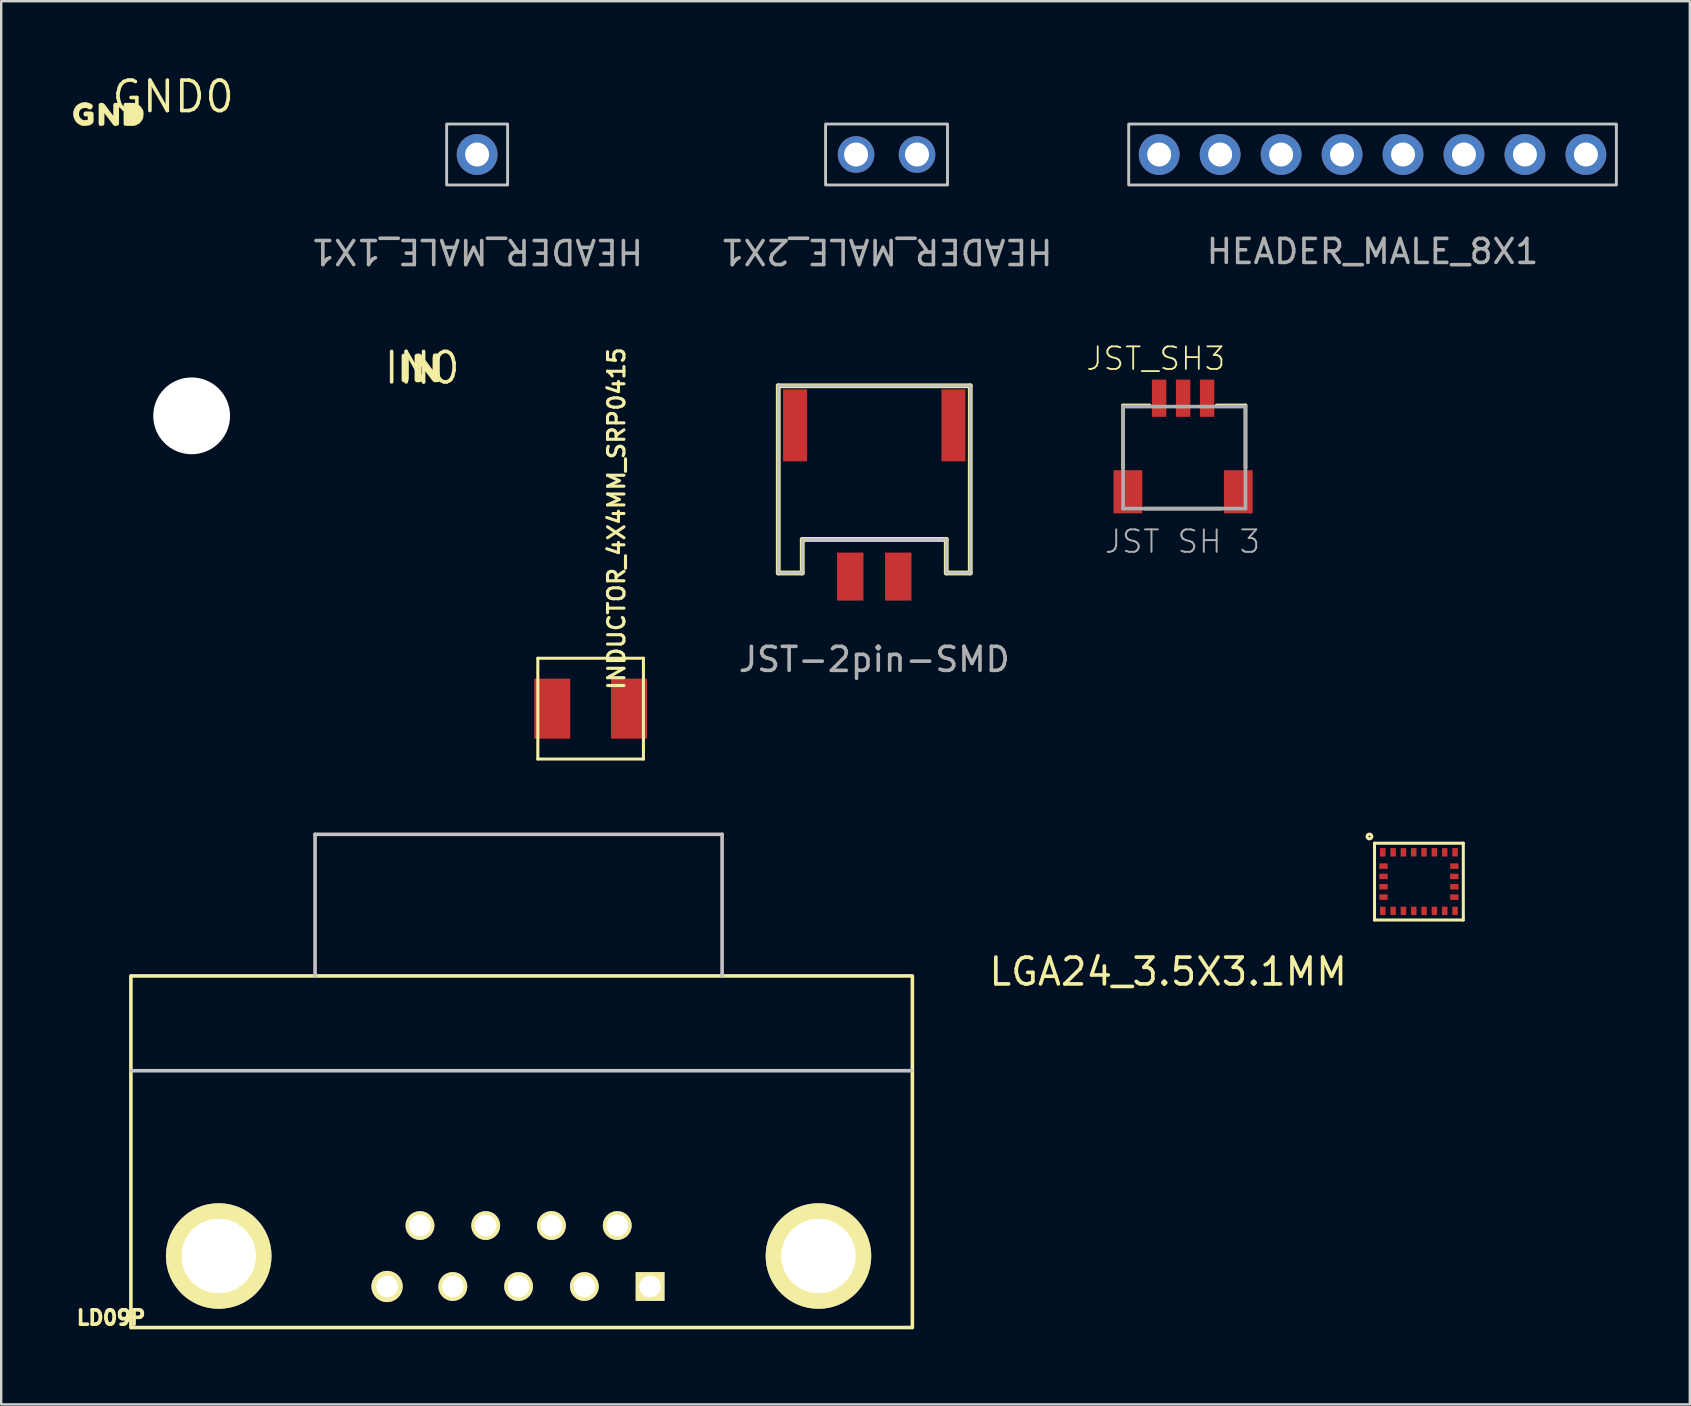
<source format=kicad_pcb>
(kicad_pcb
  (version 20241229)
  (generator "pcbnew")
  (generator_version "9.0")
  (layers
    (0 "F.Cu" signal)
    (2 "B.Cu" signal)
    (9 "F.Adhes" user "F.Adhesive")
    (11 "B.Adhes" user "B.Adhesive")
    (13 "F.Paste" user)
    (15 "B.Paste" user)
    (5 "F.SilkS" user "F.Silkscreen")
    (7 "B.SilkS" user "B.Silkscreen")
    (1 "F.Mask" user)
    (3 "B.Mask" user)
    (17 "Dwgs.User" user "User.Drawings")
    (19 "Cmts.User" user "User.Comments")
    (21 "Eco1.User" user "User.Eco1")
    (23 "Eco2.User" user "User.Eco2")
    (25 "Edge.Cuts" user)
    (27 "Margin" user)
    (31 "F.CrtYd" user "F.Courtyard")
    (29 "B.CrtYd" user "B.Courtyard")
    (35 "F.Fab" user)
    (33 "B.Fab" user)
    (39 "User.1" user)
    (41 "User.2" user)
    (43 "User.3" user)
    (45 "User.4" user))
  (footprint "JST-2pin-SMD"
    (layer "F.Cu")
    (at 33.378 17.825)
    (property "Reference" "JST-2pin-SMD" (at -0.7 -5.7 0) (unlocked yes) (layer "User.1") (effects (font (size 1 1) (thickness 0.15))))
    (fp_line (start -4 -4.8) (end 4 -4.8) (stroke (width 0.2) (type solid)) (layer "F.SilkS"))
    (fp_line (start -4 3) (end -4 -4.8) (stroke (width 0.2) (type solid)) (layer "F.SilkS"))
    (fp_line (start -4 3) (end -3 3) (stroke (width 0.2) (type solid)) (layer "F.SilkS"))
    (fp_line (start -3 3) (end -3 1.6) (stroke (width 0.2) (type solid)) (layer "F.SilkS"))
    (fp_line (start 3 1.6) (end -3 1.6) (stroke (width 0.2) (type solid)) (layer "F.SilkS"))
    (fp_line (start 3 1.6) (end 3 3) (stroke (width 0.2) (type solid)) (layer "F.SilkS"))
    (fp_line (start 3 3) (end 4 3) (stroke (width 0.2) (type solid)) (layer "F.SilkS"))
    (fp_line (start 4 -4.8) (end 4 3) (stroke (width 0.2) (type solid)) (layer "F.SilkS"))
    (fp_line (start -4 -4.8) (end -4 3) (stroke (width 0.12) (type solid)) (layer "Dwgs.User"))
    (fp_line (start -4 3) (end -3 3) (stroke (width 0.12) (type solid)) (layer "Dwgs.User"))
    (fp_line (start -3 1.6) (end 3 1.6) (stroke (width 0.12) (type solid)) (layer "Dwgs.User"))
    (fp_line (start -3 3) (end -3 1.6) (stroke (width 0.12) (type solid)) (layer "Dwgs.User"))
    (fp_line (start 3 1.6) (end 3 3) (stroke (width 0.12) (type solid)) (layer "Dwgs.User"))
    (fp_line (start 3 3) (end 4 3) (stroke (width 0.12) (type solid)) (layer "Dwgs.User"))
    (fp_line (start 4 -4.8) (end -4 -4.8) (stroke (width 0.12) (type solid)) (layer "Dwgs.User"))
    (fp_line (start 4 3) (end 4 -4.8) (stroke (width 0.12) (type solid)) (layer "Dwgs.User"))
    (fp_text user "${REFERENCE}" (at 0 6.6 0) (unlocked yes) (layer "F.Fab") (effects (font (size 1 1) (thickness 0.15))))
    (pad "" smd rect (at -3.3 -3.15) (size 1 3) (layers "F.Cu" "F.Mask" "F.Paste"))
    (pad "" smd rect (at 3.3 -3.15) (size 1 3) (layers "F.Cu" "F.Mask" "F.Paste"))
    (pad "1" smd rect (at 1 3.15) (size 1.1 2) (layers "F.Cu" "F.Mask" "F.Paste"))
    (pad "2" smd rect (at -1 3.15) (size 1.1 2) (layers "F.Cu" "F.Mask" "F.Paste")))
  (footprint "GND0"
    (layer "F.Cu")
    (at 1.525 1.72)
    (property "Reference" "GND0" (at 0 0 0) (layer "F.SilkS") (effects (font (size 1.27 1.27) (thickness 0.15)) (justify left bottom)))
    (fp_poly (pts (xy -0.257 -0.464) (xy -0.206 -0.413) (xy -0.006 -0.143) (xy 0.145 0.055) (xy 0.145 -0.401) (xy 0.166 -0.464) (xy 0.229 -0.485) (xy 0.301 -0.485) (xy 0.365 -0.453) (xy 0.375 -0.391) (xy 0.385 -0.32) (xy 0.385 0.36) (xy 0.375 0.422) (xy 0.332 0.465) (xy 0.25 0.475) (xy 0.178 0.475) (xy 0.126 0.413) (xy -0.225 -0.055) (xy -0.225 0.401) (xy -0.257 0.454) (xy -0.319 0.475) (xy -0.412 0.475) (xy -0.455 0.432) (xy -0.465 0.37) (xy -0.465 -0.37) (xy -0.455 -0.443) (xy -0.402 -0.485) (xy -0.329 -0.485)) (stroke (width 0) (type default)) (fill yes) (layer "F.SilkS"))
    (fp_poly (pts (xy 1.031 -0.475) (xy 1.102 -0.455) (xy 1.162 -0.424) (xy 1.213 -0.394) (xy 1.274 -0.344) (xy 1.314 -0.293) (xy 1.354 -0.233) (xy 1.385 -0.182) (xy 1.405 -0.111) (xy 1.405 0.03) (xy 1.395 0.101) (xy 1.385 0.162) (xy 1.354 0.223) (xy 1.314 0.283) (xy 1.274 0.333) (xy 1.223 0.384) (xy 1.162 0.414) (xy 1.106 0.442) (xy 1.107 0.443) (xy 1.102 0.445) (xy 1.097 0.447) (xy 1.097 0.446) (xy 1.041 0.465) (xy 0.97 0.475) (xy 0.7 0.475) (xy 0.618 0.465) (xy 0.585 0.432) (xy 0.575 0.36) (xy 0.575 -0.39) (xy 0.585 -0.453) (xy 0.639 -0.485) (xy 0.97 -0.485)) (stroke (width 0) (type default)) (fill yes) (layer "F.SilkS"))
    (fp_poly (pts (xy -0.919 -0.495) (xy -0.848 -0.475) (xy -0.787 -0.444) (xy -0.726 -0.403) (xy -0.705 -0.34) (xy -0.726 -0.277) (xy -0.788 -0.215) (xy -0.841 -0.205) (xy -0.962 -0.265) (xy -1.03 -0.275) (xy -1.099 -0.265) (xy -1.158 -0.245) (xy -1.217 -0.206) (xy -1.255 -0.158) (xy -1.275 -0.089) (xy -1.285 -0.02) (xy -1.275 0.049) (xy -1.256 0.108) (xy -1.216 0.156) (xy -1.157 0.206) (xy -1.099 0.235) (xy -0.971 0.235) (xy -0.915 0.207) (xy -0.915 0.085) (xy -1.052 0.075) (xy -1.095 0.032) (xy -1.095 -0.041) (xy -1.074 -0.104) (xy -1.011 -0.125) (xy -0.799 -0.125) (xy -0.728 -0.105) (xy -0.685 -0.073) (xy -0.675 -0.000355) (xy -0.675 0.281) (xy -0.696 0.342) (xy -0.737 0.394) (xy -0.788 0.424) (xy -0.848 0.455) (xy -0.919 0.465) (xy -0.99 0.475) (xy -1.131 0.475) (xy -1.202 0.455) (xy -1.263 0.424) (xy -1.323 0.384) (xy -1.373 0.344) (xy -1.424 0.293) (xy -1.485 0.172) (xy -1.505 0.111) (xy -1.525 0.041) (xy -1.525 -0.101) (xy -1.505 -0.161) (xy -1.485 -0.232) (xy -1.454 -0.283) (xy -1.414 -0.343) (xy -1.363 -0.394) (xy -1.303 -0.434) (xy -1.182 -0.495) (xy -1.121 -0.505) (xy -1.05 -0.515) (xy -0.979 -0.515)) (stroke (width 0) (type default)) (fill yes) (layer "F.SilkS")))
  (footprint "INDUCTOR_4X4MM_SRP0415"
    (layer "F.Cu")
    (at 21.56 26.477)
    (property "Reference" "INDUCTOR_4X4MM_SRP0415" (at 1.478 -0.716 270) (layer "F.SilkS") (effects (font (size 0.684 0.684) (thickness 0.129)) (justify left bottom)))
    (fp_line (start -2.2 -2.1) (end 2.2 -2.1) (stroke (width 0.127) (type solid)) (layer "F.SilkS"))
    (fp_line (start -2.2 2.1) (end -2.2 -2.1) (stroke (width 0.127) (type solid)) (layer "F.SilkS"))
    (fp_line (start 2.2 -2.1) (end 2.2 2.1) (stroke (width 0.127) (type solid)) (layer "F.SilkS"))
    (fp_line (start 2.2 2.1) (end -2.2 2.1) (stroke (width 0.127) (type solid)) (layer "F.SilkS"))
    (pad "P$1" smd rect (at -1.6 0) (size 1.5 2.5) (layers "F.Cu" "F.Mask" "F.Paste"))
    (pad "P$2" smd rect (at 1.6 0) (size 1.5 2.5) (layers "F.Cu" "F.Mask" "F.Paste")))
  (footprint "HEADER_MALE_1X1"
    (layer "F.Cu")
    (at 16.831 3.388)
    (property "Reference" "HEADER_MALE_1X1" (at 0 -2.54 180) (unlocked yes) (layer "User.1") (effects (font (size 1 1) (thickness 0.15))))
    (fp_rect (start 1.27 1.27) (end -1.27 -1.27) (stroke (width 0.12) (type solid)) (fill no) (layer "Dwgs.User"))
    (fp_text user "${REFERENCE}" (at 0 4.04 180) (unlocked yes) (layer "F.Fab") (effects (font (size 1 1) (thickness 0.15))))
    (pad "1" thru_hole circle (at 0 0 180) (size 1.7 1.7) (drill 1) (layers "*.Cu" "*.Mask")))
  (footprint "IN0"
    (layer "F.Cu")
    (at 14.539 12.283)
    (property "Reference" "IN0" (at 0 0 0) (layer "F.SilkS") (effects (font (size 1.27 1.27) (thickness 0.15))))
    (fp_poly (pts (xy -0.607 -0.584) (xy -0.565 -0.532) (xy -0.555 -0.44) (xy -0.555 0.41) (xy -0.565 0.501) (xy -0.586 0.564) (xy -0.659 0.595) (xy -0.771 0.595) (xy -0.845 0.553) (xy -0.855 0.48) (xy -0.855 -0.542) (xy -0.802 -0.595) (xy -0.7 -0.605)) (stroke (width 0) (type default)) (fill yes) (layer "F.SilkS"))
    (fp_poly (pts (xy -0.057 -0.574) (xy 0.004 -0.513) (xy 0.254 -0.173) (xy 0.435 0.075) (xy 0.435 -0.41) (xy 0.445 -0.511) (xy 0.466 -0.584) (xy 0.549 -0.605) (xy 0.641 -0.605) (xy 0.714 -0.563) (xy 0.735 -0.491) (xy 0.735 0.45) (xy 0.725 0.532) (xy 0.683 0.585) (xy 0.58 0.595) (xy 0.488 0.585) (xy 0.416 0.513) (xy -0.025 -0.065) (xy -0.025 0.501) (xy -0.056 0.574) (xy -0.129 0.595) (xy -0.242 0.595) (xy -0.305 0.543) (xy -0.315 0.46) (xy -0.315 -0.47) (xy -0.305 -0.553) (xy -0.232 -0.595) (xy -0.139 -0.605)) (stroke (width 0) (type default)) (fill yes) (layer "F.SilkS")))
  (footprint "LD09P"
    (layer "F.Cu")
    (at 18.558 50.555)
    (property "Reference" "LD09P" (at -16.979 1.3 180) (layer "F.SilkS") (effects (font (size 0.6 0.6) (thickness 0.15))))
    (attr through_hole)
    (fp_line (start -16.154 1.71) (end -16.154 -12.94) (stroke (width 0.15) (type solid)) (layer "F.SilkS"))
    (fp_line (start -16.129 -12.94) (end 16.37 -12.94) (stroke (width 0.15) (type solid)) (layer "F.SilkS"))
    (fp_line (start -16.129 1.71) (end 16.383 1.71) (stroke (width 0.15) (type solid)) (layer "F.SilkS"))
    (fp_line (start 16.408 1.71) (end 16.408 -12.94) (stroke (width 0.15) (type solid)) (layer "F.SilkS"))
    (fp_line (start -16.129 -8.99) (end 16.37 -8.99) (stroke (width 0.15) (type solid)) (layer "Dwgs.User"))
    (fp_line (start -8.48 -18.84) (end 8.48 -18.84) (stroke (width 0.15) (type solid)) (layer "Dwgs.User"))
    (fp_line (start -8.48 -12.94) (end -8.48 -18.84) (stroke (width 0.15) (type solid)) (layer "Dwgs.User"))
    (fp_line (start 8.48 -12.94) (end 8.48 -18.84) (stroke (width 0.15) (type solid)) (layer "Dwgs.User"))
    (pad "" thru_hole circle (at -12.495 -1.27) (size 4.4 4.4) (drill 3.1) (layers "*.Cu" "*.Mask" "F.SilkS"))
    (pad "" thru_hole circle (at 12.495 -1.27) (size 4.4 4.4) (drill 3.1) (layers "*.Cu" "*.Mask" "F.SilkS"))
    (pad "1" thru_hole rect (at 5.48 0) (size 1.2 1.2) (drill 0.9) (layers "*.Cu" "*.Mask" "F.SilkS"))
    (pad "2" thru_hole circle (at 2.74 0) (size 1.2 1.2) (drill 0.9) (layers "*.Cu" "*.Mask" "F.SilkS"))
    (pad "3" thru_hole circle (at 0 0) (size 1.2 1.2) (drill 0.9) (layers "*.Cu" "*.Mask" "F.SilkS"))
    (pad "4" thru_hole circle (at -2.74 0) (size 1.2 1.2) (drill 0.9) (layers "*.Cu" "*.Mask" "F.SilkS"))
    (pad "5" thru_hole circle (at -5.48 0) (size 1.3 1.3) (drill 0.9) (layers "*.Cu" "*.Mask" "F.SilkS"))
    (pad "6" thru_hole circle (at 4.11 -2.54) (size 1.2 1.2) (drill 0.9) (layers "*.Cu" "*.Mask" "F.SilkS"))
    (pad "7" thru_hole circle (at 1.37 -2.54) (size 1.2 1.2) (drill 0.9) (layers "*.Cu" "*.Mask" "F.SilkS"))
    (pad "8" thru_hole circle (at -1.37 -2.54) (size 1.2 1.2) (drill 0.9) (layers "*.Cu" "*.Mask" "F.SilkS"))
    (pad "9" thru_hole circle (at -4.11 -2.54) (size 1.2 1.2) (drill 0.9) (layers "*.Cu" "*.Mask" "F.SilkS")))
  (footprint "LGA24_3.5X3.1MM"
    (layer "F.Cu")
    (at 56.072 33.684)
    (property "Reference" "LGA24_3.5X3.1MM" (at -2.9 3.1 180) (layer "F.SilkS") (effects (font (size 1.117 1.117) (thickness 0.153)) (justify right top)))
    (fp_line (start -1.85 -1.6) (end 1.85 -1.6) (stroke (width 0.127) (type solid)) (layer "F.SilkS"))
    (fp_line (start -1.85 1.6) (end -1.85 -1.6) (stroke (width 0.127) (type solid)) (layer "F.SilkS"))
    (fp_line (start 1.85 -1.6) (end 1.85 1.6) (stroke (width 0.127) (type solid)) (layer "F.SilkS"))
    (fp_line (start 1.85 1.6) (end -1.85 1.6) (stroke (width 0.127) (type solid)) (layer "F.SilkS"))
    (fp_circle (center -2.06 -1.88) (end -1.96 -1.88) (stroke (width 0.127) (type solid)) (fill no) (layer "F.SilkS"))
    (pad "1" smd rect (at -1.505 -1.22 270) (size 0.35 0.23) (layers "F.Cu" "F.Mask" "F.Paste"))
    (pad "2" smd rect (at -1.475 -0.645 180) (size 0.35 0.23) (layers "F.Cu" "F.Mask" "F.Paste"))
    (pad "3" smd rect (at -1.475 -0.215 180) (size 0.35 0.23) (layers "F.Cu" "F.Mask" "F.Paste"))
    (pad "4" smd rect (at -1.475 0.215 180) (size 0.35 0.23) (layers "F.Cu" "F.Mask" "F.Paste"))
    (pad "5" smd rect (at -1.475 0.645 180) (size 0.35 0.23) (layers "F.Cu" "F.Mask" "F.Paste"))
    (pad "6" smd rect (at -1.505 1.22 90) (size 0.35 0.23) (layers "F.Cu" "F.Mask" "F.Paste"))
    (pad "7" smd rect (at -1.075 1.22 90) (size 0.35 0.23) (layers "F.Cu" "F.Mask" "F.Paste"))
    (pad "8" smd rect (at -0.645 1.22 90) (size 0.35 0.23) (layers "F.Cu" "F.Mask" "F.Paste"))
    (pad "9" smd rect (at -0.215 1.22 90) (size 0.35 0.23) (layers "F.Cu" "F.Mask" "F.Paste"))
    (pad "10" smd rect (at 0.215 1.22 90) (size 0.35 0.23) (layers "F.Cu" "F.Mask" "F.Paste"))
    (pad "11" smd rect (at 0.645 1.22 90) (size 0.35 0.23) (layers "F.Cu" "F.Mask" "F.Paste"))
    (pad "12" smd rect (at 1.075 1.22 90) (size 0.35 0.23) (layers "F.Cu" "F.Mask" "F.Paste"))
    (pad "13" smd rect (at 1.505 1.22 90) (size 0.35 0.23) (layers "F.Cu" "F.Mask" "F.Paste"))
    (pad "14" smd rect (at 1.475 0.645 180) (size 0.35 0.23) (layers "F.Cu" "F.Mask" "F.Paste"))
    (pad "15" smd rect (at 1.475 0.215 180) (size 0.35 0.23) (layers "F.Cu" "F.Mask" "F.Paste"))
    (pad "16" smd rect (at 1.475 -0.215 180) (size 0.35 0.23) (layers "F.Cu" "F.Mask" "F.Paste"))
    (pad "17" smd rect (at 1.475 -0.645 180) (size 0.35 0.23) (layers "F.Cu" "F.Mask" "F.Paste"))
    (pad "18" smd rect (at 1.505 -1.22 270) (size 0.35 0.23) (layers "F.Cu" "F.Mask" "F.Paste"))
    (pad "19" smd rect (at 1.075 -1.22 270) (size 0.35 0.23) (layers "F.Cu" "F.Mask" "F.Paste"))
    (pad "20" smd rect (at 0.645 -1.22 270) (size 0.35 0.23) (layers "F.Cu" "F.Mask" "F.Paste"))
    (pad "21" smd rect (at 0.215 -1.22 270) (size 0.35 0.23) (layers "F.Cu" "F.Mask" "F.Paste"))
    (pad "22" smd rect (at -0.215 -1.22 270) (size 0.35 0.23) (layers "F.Cu" "F.Mask" "F.Paste"))
    (pad "23" smd rect (at -0.645 -1.22 270) (size 0.35 0.23) (layers "F.Cu" "F.Mask" "F.Paste"))
    (pad "24" smd rect (at -1.075 -1.22 270) (size 0.35 0.23) (layers "F.Cu" "F.Mask" "F.Paste")))
  (footprint "HEADER_MALE_2X1"
    (layer "F.Cu")
    (at 33.89 3.388)
    (property "Reference" "HEADER_MALE_2X1" (at 0 -2.54 180) (unlocked yes) (layer "User.1") (effects (font (size 1 1) (thickness 0.15))))
    (fp_rect (start 2.54 1.27) (end -2.54 -1.27) (stroke (width 0.12) (type solid)) (fill no) (layer "Dwgs.User"))
    (fp_text user "${REFERENCE}" (at 0 4.04 180) (unlocked yes) (layer "F.Fab") (effects (font (size 1 1) (thickness 0.15))))
    (pad "1" thru_hole circle (at -1.27 0 180) (size 1.524 1.524) (drill 1) (layers "*.Cu" "*.Mask"))
    (pad "2" thru_hole circle (at 1.27 0 180) (size 1.524 1.524) (drill 1) (layers "*.Cu" "*.Mask")))
  (footprint "HEADER_MALE_8X1"
    (layer "F.Cu")
    (at 54.14 3.388)
    (property "Reference" "HEADER_MALE_8X1" (at 0 -2.54 0) (unlocked yes) (layer "User.1") (effects (font (size 1 1) (thickness 0.15))))
    (fp_rect (start 10.16 1.27) (end -10.16 -1.27) (stroke (width 0.12) (type solid)) (fill no) (layer "Dwgs.User"))
    (fp_text user "${REFERENCE}" (at 0 4.04 0) (unlocked yes) (layer "F.Fab") (effects (font (size 1 1) (thickness 0.15))))
    (pad "1" thru_hole circle (at -8.89 0 180) (size 1.7 1.7) (drill 1) (layers "*.Cu" "*.Mask"))
    (pad "2" thru_hole circle (at -6.35 0 180) (size 1.7 1.7) (drill 1) (layers "*.Cu" "*.Mask"))
    (pad "3" thru_hole circle (at -3.81 0 180) (size 1.7 1.7) (drill 1) (layers "*.Cu" "*.Mask"))
    (pad "4" thru_hole circle (at -1.27 0 180) (size 1.7 1.7) (drill 1) (layers "*.Cu" "*.Mask"))
    (pad "5" thru_hole circle (at 1.27 0 180) (size 1.7 1.7) (drill 1) (layers "*.Cu" "*.Mask"))
    (pad "6" thru_hole circle (at 3.81 0 180) (size 1.7 1.7) (drill 1) (layers "*.Cu" "*.Mask"))
    (pad "7" thru_hole circle (at 6.35 0 180) (size 1.7 1.7) (drill 1) (layers "*.Cu" "*.Mask"))
    (pad "8" thru_hole circle (at 8.89 0 180) (size 1.7 1.7) (drill 1) (layers "*.Cu" "*.Mask")))
  (footprint "JST_SH3"
    (layer "F.Cu")
    (at 46.246 15.548)
    (property "Reference" "JST_SH3" (at -4.1 -3.106 0) (layer "F.SilkS") (effects (font (size 0.941 0.941) (thickness 0.075)) (justify left bottom)))
    (fp_line (start -2.5 -1.706) (end -1.4 -1.706) (stroke (width 0.152) (type solid)) (layer "F.SilkS"))
    (fp_line (start -2.5 0.894) (end -2.5 -1.706) (stroke (width 0.152) (type solid)) (layer "F.SilkS"))
    (fp_line (start -1.6 2.594) (end 1.6 2.594) (stroke (width 0.152) (type solid)) (layer "F.SilkS"))
    (fp_line (start 1.4 -1.706) (end 2.6 -1.706) (stroke (width 0.152) (type solid)) (layer "F.SilkS"))
    (fp_line (start 2.6 -1.706) (end 2.6 0.894) (stroke (width 0.152) (type solid)) (layer "F.SilkS"))
    (fp_line (start -2.5 -1.656) (end 2.6 -1.656) (stroke (width 0.152) (type solid)) (layer "F.Fab"))
    (fp_line (start -2.5 2.594) (end -2.5 -1.656) (stroke (width 0.152) (type solid)) (layer "F.Fab"))
    (fp_line (start 2.6 -1.656) (end 2.6 2.594) (stroke (width 0.152) (type solid)) (layer "F.Fab"))
    (fp_line (start 2.6 2.594) (end -2.5 2.594) (stroke (width 0.152) (type solid)) (layer "F.Fab"))
    (fp_text user "JST SH 3" (at -3.33 4.514 0) (layer "F.Fab") (effects (font (size 0.935 0.935) (thickness 0.081)) (justify left bottom)))
    (pad "1" smd rect (at -1 -2.006 90) (size 1.55 0.6) (layers "F.Cu" "F.Mask" "F.Paste"))
    (pad "2" smd rect (at 0 -2.006 90) (size 1.55 0.6) (layers "F.Cu" "F.Mask" "F.Paste"))
    (pad "3" smd rect (at 1 -2.006 90) (size 1.55 0.6) (layers "F.Cu" "F.Mask" "F.Paste"))
    (pad "MT1" smd rect (at -2.3 1.894 90) (size 1.8 1.2) (layers "F.Cu" "F.Mask" "F.Paste"))
    (pad "MT2" smd rect (at 2.3 1.894 90) (size 1.8 1.2) (layers "F.Cu" "F.Mask" "F.Paste")))
  (footprint "HOLE_3.2mm"
    (layer "F.Cu")
    (at 4.935 14.277)
    (property "Reference" "HOLE_3.2mm" (at 0 -0.5 0) (unlocked yes) (layer "User.1") (effects (font (size 1 1) (thickness 0.15))))
    (fp_circle (center 0 0) (end 2.9 0) (stroke (width 0.2) (type solid)) (fill no) (layer "User.1"))
    (pad "" np_thru_hole circle (at 0 0) (size 3.2 3.2) (drill 3.2) (layers "*.Cu" "*.Mask")))
  (gr_rect
    (start -3 -3)
    (end 67.36 55.469)
    (stroke (width 0.1) (type default))
    (fill no)
    (layer "Edge.Cuts")))
</source>
